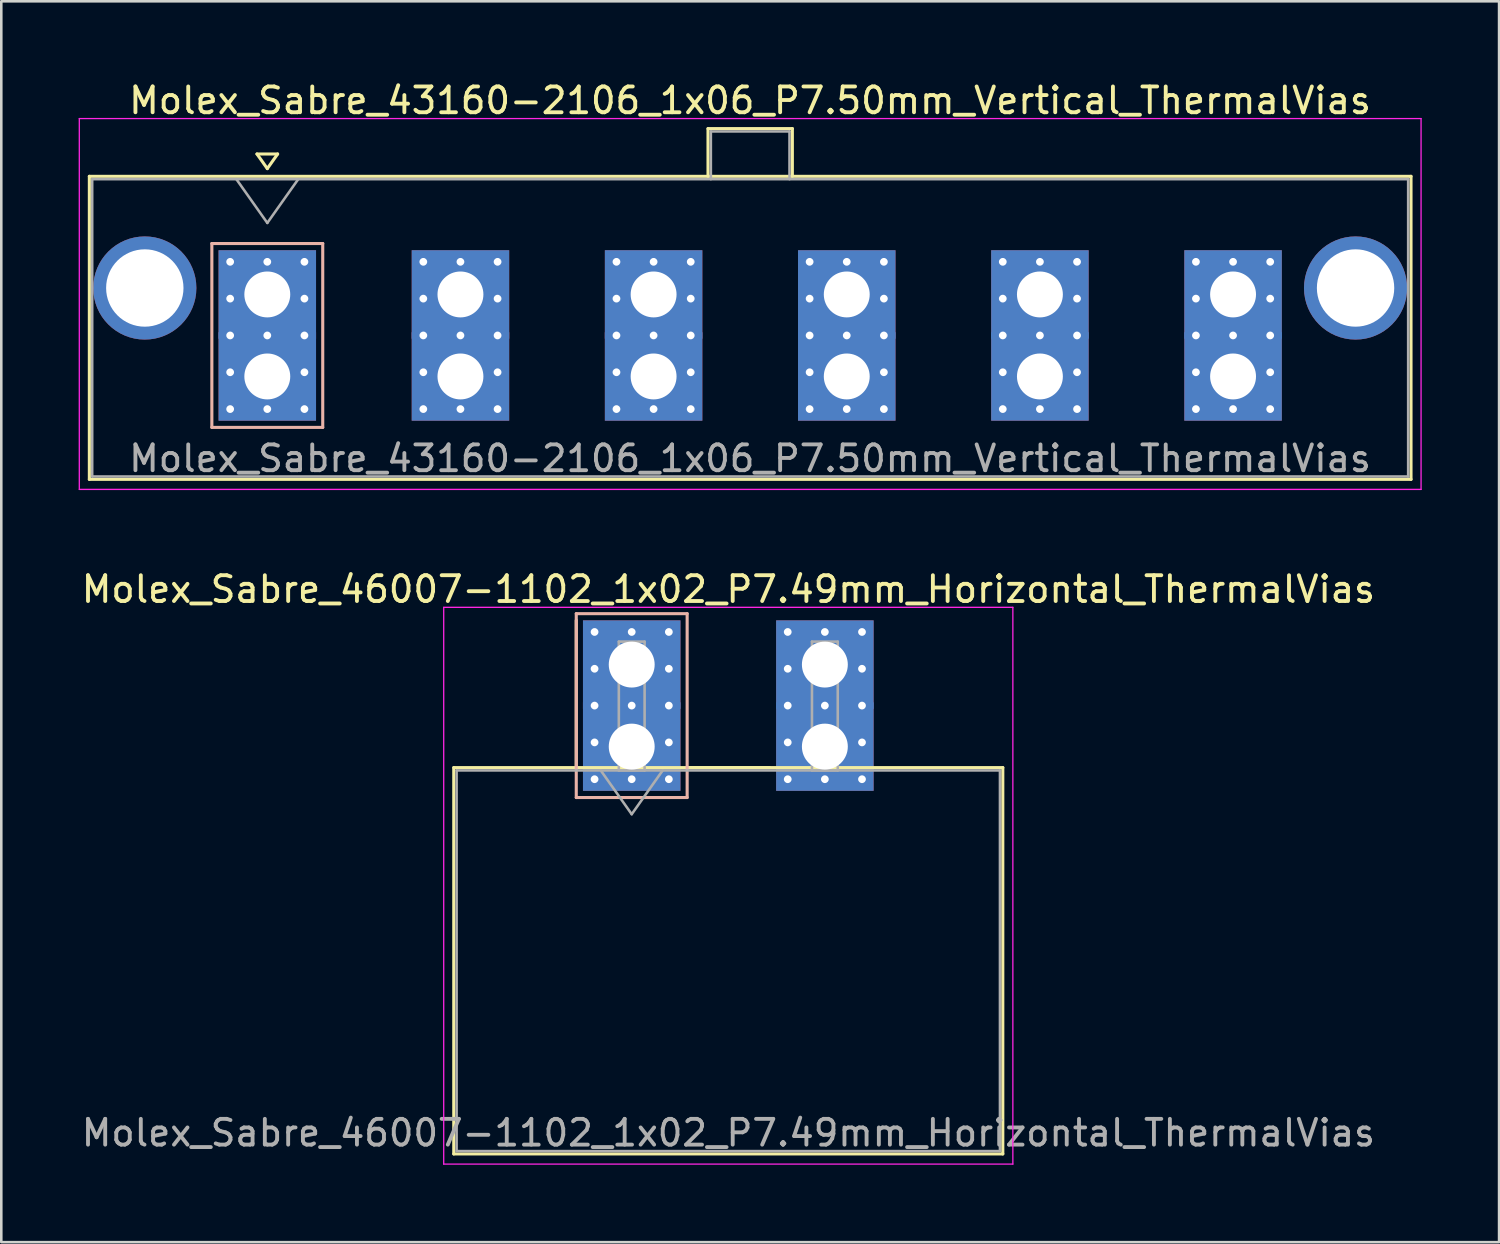
<source format=kicad_pcb>
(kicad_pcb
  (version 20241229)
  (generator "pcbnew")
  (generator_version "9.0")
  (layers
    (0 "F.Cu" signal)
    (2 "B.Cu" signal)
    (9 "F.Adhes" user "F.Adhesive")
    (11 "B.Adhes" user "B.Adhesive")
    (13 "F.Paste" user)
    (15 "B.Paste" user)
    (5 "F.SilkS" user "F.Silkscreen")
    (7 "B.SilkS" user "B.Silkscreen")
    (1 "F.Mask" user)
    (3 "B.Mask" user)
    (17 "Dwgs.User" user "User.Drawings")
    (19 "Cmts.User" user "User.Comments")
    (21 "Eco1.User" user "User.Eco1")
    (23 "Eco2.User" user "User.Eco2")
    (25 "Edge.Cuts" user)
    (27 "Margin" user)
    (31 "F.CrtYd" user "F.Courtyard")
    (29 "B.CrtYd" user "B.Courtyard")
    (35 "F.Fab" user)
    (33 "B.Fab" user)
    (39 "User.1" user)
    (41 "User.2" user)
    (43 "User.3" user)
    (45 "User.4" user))
  (footprint "Molex_Sabre_43160-2106_1x06_P7.50mm_Vertical_ThermalVias"
    (layer "F.Cu")
    (at 7.315 11.548)
    (property "Reference" "Molex_Sabre_43160-2106_1x06_P7.50mm_Vertical_ThermalVias" (at 18.72 -10.7 0) (layer "F.SilkS") (effects (font (size 1 1) (thickness 0.15))))
    (attr through_hole)
    (fp_line (start -6.9 -7.76) (end -6.9 3.99) (stroke (width 0.12) (type solid)) (layer "F.SilkS"))
    (fp_line (start -6.9 3.99) (end 44.35 3.99) (stroke (width 0.12) (type solid)) (layer "F.SilkS"))
    (fp_line (start -0.4 -8.626) (end 0 -8.06) (stroke (width 0.12) (type solid)) (layer "F.SilkS"))
    (fp_line (start 0 -8.06) (end 0.4 -8.626) (stroke (width 0.12) (type solid)) (layer "F.SilkS"))
    (fp_line (start 0.4 -8.626) (end -0.4 -8.626) (stroke (width 0.12) (type solid)) (layer "F.SilkS"))
    (fp_line (start 17.09 -9.61) (end 20.36 -9.61) (stroke (width 0.12) (type solid)) (layer "F.SilkS"))
    (fp_line (start 17.09 -7.76) (end 17.09 -9.61) (stroke (width 0.12) (type solid)) (layer "F.SilkS"))
    (fp_line (start 20.36 -9.61) (end 20.36 -7.76) (stroke (width 0.12) (type solid)) (layer "F.SilkS"))
    (fp_line (start 44.35 -7.76) (end -6.9 -7.76) (stroke (width 0.12) (type solid)) (layer "F.SilkS"))
    (fp_line (start 44.35 3.99) (end 44.35 -7.76) (stroke (width 0.12) (type solid)) (layer "F.SilkS"))
    (fp_line (start -2.15 -5.155) (end -2.15 1.975) (stroke (width 0.12) (type solid)) (layer "B.SilkS"))
    (fp_line (start -2.15 1.975) (end 2.15 1.975) (stroke (width 0.12) (type solid)) (layer "B.SilkS"))
    (fp_line (start 2.15 -5.155) (end -2.15 -5.155) (stroke (width 0.12) (type solid)) (layer "B.SilkS"))
    (fp_line (start 2.15 1.975) (end 2.15 -5.155) (stroke (width 0.12) (type solid)) (layer "B.SilkS"))
    (fp_line (start -7.29 -10) (end -7.29 4.38) (stroke (width 0.05) (type solid)) (layer "F.CrtYd"))
    (fp_line (start -7.29 4.38) (end 44.74 4.38) (stroke (width 0.05) (type solid)) (layer "F.CrtYd"))
    (fp_line (start 44.74 -10) (end -7.29 -10) (stroke (width 0.05) (type solid)) (layer "F.CrtYd"))
    (fp_line (start 44.74 4.38) (end 44.74 -10) (stroke (width 0.05) (type solid)) (layer "F.CrtYd"))
    (fp_line (start -6.79 -7.65) (end -6.79 3.88) (stroke (width 0.1) (type solid)) (layer "F.Fab"))
    (fp_line (start -6.79 3.88) (end 44.24 3.88) (stroke (width 0.1) (type solid)) (layer "F.Fab"))
    (fp_line (start -1.2 -7.65) (end 0 -5.953) (stroke (width 0.1) (type solid)) (layer "F.Fab"))
    (fp_line (start 0 -5.953) (end 1.2 -7.65) (stroke (width 0.1) (type solid)) (layer "F.Fab"))
    (fp_line (start 17.2 -9.5) (end 20.25 -9.5) (stroke (width 0.1) (type solid)) (layer "F.Fab"))
    (fp_line (start 17.2 -7.65) (end 17.2 -9.5) (stroke (width 0.1) (type solid)) (layer "F.Fab"))
    (fp_line (start 20.25 -9.5) (end 20.25 -7.65) (stroke (width 0.1) (type solid)) (layer "F.Fab"))
    (fp_line (start 44.24 -7.65) (end -6.79 -7.65) (stroke (width 0.1) (type solid)) (layer "F.Fab"))
    (fp_line (start 44.24 3.88) (end 44.24 -7.65) (stroke (width 0.1) (type solid)) (layer "F.Fab"))
    (fp_text user "${REFERENCE}" (at 18.72 3.18 0) (layer "F.Fab") (effects (font (size 1 1) (thickness 0.15))))
    (pad "" thru_hole circle (at -4.75 -3.43) (size 4 4) (drill 3) (layers "*.Cu" "*.Mask"))
    (pad "" thru_hole circle (at 42.2 -3.43) (size 4 4) (drill 3) (layers "*.Cu" "*.Mask"))
    (pad "1" thru_hole rect (at -1.44 -4.445) (size 0.6 0.6) (drill 0.3) (layers "*.Cu" "*.Mask"))
    (pad "1" thru_hole rect (at -1.44 -3.018) (size 0.6 0.6) (drill 0.3) (layers "*.Cu" "*.Mask"))
    (pad "1" thru_hole rect (at -1.44 -1.59) (size 0.6 0.6) (drill 0.3) (layers "*.Cu" "*.Mask"))
    (pad "1" thru_hole rect (at -1.44 -0.163) (size 0.6 0.6) (drill 0.3) (layers "*.Cu" "*.Mask"))
    (pad "1" thru_hole rect (at -1.44 1.265) (size 0.6 0.6) (drill 0.3) (layers "*.Cu" "*.Mask"))
    (pad "1" thru_hole rect (at 0 -4.445) (size 0.6 0.6) (drill 0.3) (layers "*.Cu" "*.Mask"))
    (pad "1" thru_hole rect (at 0 -3.18) (size 3.78 3.43) (drill 1.78) (layers "*.Cu" "*.Mask"))
    (pad "1" thru_hole rect (at 0 -1.59) (size 0.6 0.6) (drill 0.3) (layers "*.Cu" "*.Mask"))
    (pad "1" thru_hole rect (at 0 0) (size 3.78 3.43) (drill 1.78) (layers "*.Cu" "*.Mask"))
    (pad "1" thru_hole rect (at 0 1.265) (size 0.6 0.6) (drill 0.3) (layers "*.Cu" "*.Mask"))
    (pad "1" thru_hole rect (at 1.44 -4.445) (size 0.6 0.6) (drill 0.3) (layers "*.Cu" "*.Mask"))
    (pad "1" thru_hole rect (at 1.44 -3.018) (size 0.6 0.6) (drill 0.3) (layers "*.Cu" "*.Mask"))
    (pad "1" thru_hole rect (at 1.44 -1.59) (size 0.6 0.6) (drill 0.3) (layers "*.Cu" "*.Mask"))
    (pad "1" thru_hole rect (at 1.44 -0.163) (size 0.6 0.6) (drill 0.3) (layers "*.Cu" "*.Mask"))
    (pad "1" thru_hole rect (at 1.44 1.265) (size 0.6 0.6) (drill 0.3) (layers "*.Cu" "*.Mask"))
    (pad "2" thru_hole circle (at 6.05 -4.445) (size 0.6 0.6) (drill 0.3) (layers "*.Cu" "*.Mask"))
    (pad "2" thru_hole circle (at 6.05 -3.018) (size 0.6 0.6) (drill 0.3) (layers "*.Cu" "*.Mask"))
    (pad "2" thru_hole circle (at 6.05 -1.59) (size 0.6 0.6) (drill 0.3) (layers "*.Cu" "*.Mask"))
    (pad "2" thru_hole circle (at 6.05 -0.163) (size 0.6 0.6) (drill 0.3) (layers "*.Cu" "*.Mask"))
    (pad "2" thru_hole circle (at 6.05 1.265) (size 0.6 0.6) (drill 0.3) (layers "*.Cu" "*.Mask"))
    (pad "2" thru_hole circle (at 7.49 -4.445) (size 0.6 0.6) (drill 0.3) (layers "*.Cu" "*.Mask"))
    (pad "2" thru_hole rect (at 7.49 -3.18) (size 3.78 3.43) (drill 1.78) (layers "*.Cu" "*.Mask"))
    (pad "2" thru_hole circle (at 7.49 -1.59) (size 0.6 0.6) (drill 0.3) (layers "*.Cu" "*.Mask"))
    (pad "2" thru_hole rect (at 7.49 0) (size 3.78 3.43) (drill 1.78) (layers "*.Cu" "*.Mask"))
    (pad "2" thru_hole circle (at 7.49 1.265) (size 0.6 0.6) (drill 0.3) (layers "*.Cu" "*.Mask"))
    (pad "2" thru_hole circle (at 8.93 -4.445) (size 0.6 0.6) (drill 0.3) (layers "*.Cu" "*.Mask"))
    (pad "2" thru_hole circle (at 8.93 -3.018) (size 0.6 0.6) (drill 0.3) (layers "*.Cu" "*.Mask"))
    (pad "2" thru_hole circle (at 8.93 -1.59) (size 0.6 0.6) (drill 0.3) (layers "*.Cu" "*.Mask"))
    (pad "2" thru_hole circle (at 8.93 -0.163) (size 0.6 0.6) (drill 0.3) (layers "*.Cu" "*.Mask"))
    (pad "2" thru_hole circle (at 8.93 1.265) (size 0.6 0.6) (drill 0.3) (layers "*.Cu" "*.Mask"))
    (pad "3" thru_hole circle (at 13.54 -4.445) (size 0.6 0.6) (drill 0.3) (layers "*.Cu" "*.Mask"))
    (pad "3" thru_hole circle (at 13.54 -3.018) (size 0.6 0.6) (drill 0.3) (layers "*.Cu" "*.Mask"))
    (pad "3" thru_hole circle (at 13.54 -1.59) (size 0.6 0.6) (drill 0.3) (layers "*.Cu" "*.Mask"))
    (pad "3" thru_hole circle (at 13.54 -0.163) (size 0.6 0.6) (drill 0.3) (layers "*.Cu" "*.Mask"))
    (pad "3" thru_hole circle (at 13.54 1.265) (size 0.6 0.6) (drill 0.3) (layers "*.Cu" "*.Mask"))
    (pad "3" thru_hole circle (at 14.98 -4.445) (size 0.6 0.6) (drill 0.3) (layers "*.Cu" "*.Mask"))
    (pad "3" thru_hole rect (at 14.98 -3.18) (size 3.78 3.43) (drill 1.78) (layers "*.Cu" "*.Mask"))
    (pad "3" thru_hole circle (at 14.98 -1.59) (size 0.6 0.6) (drill 0.3) (layers "*.Cu" "*.Mask"))
    (pad "3" thru_hole rect (at 14.98 0) (size 3.78 3.43) (drill 1.78) (layers "*.Cu" "*.Mask"))
    (pad "3" thru_hole circle (at 14.98 1.265) (size 0.6 0.6) (drill 0.3) (layers "*.Cu" "*.Mask"))
    (pad "3" thru_hole circle (at 16.42 -4.445) (size 0.6 0.6) (drill 0.3) (layers "*.Cu" "*.Mask"))
    (pad "3" thru_hole circle (at 16.42 -3.018) (size 0.6 0.6) (drill 0.3) (layers "*.Cu" "*.Mask"))
    (pad "3" thru_hole circle (at 16.42 -1.59) (size 0.6 0.6) (drill 0.3) (layers "*.Cu" "*.Mask"))
    (pad "3" thru_hole circle (at 16.42 -0.163) (size 0.6 0.6) (drill 0.3) (layers "*.Cu" "*.Mask"))
    (pad "3" thru_hole circle (at 16.42 1.265) (size 0.6 0.6) (drill 0.3) (layers "*.Cu" "*.Mask"))
    (pad "4" thru_hole circle (at 21.03 -4.445) (size 0.6 0.6) (drill 0.3) (layers "*.Cu" "*.Mask"))
    (pad "4" thru_hole circle (at 21.03 -3.018) (size 0.6 0.6) (drill 0.3) (layers "*.Cu" "*.Mask"))
    (pad "4" thru_hole circle (at 21.03 -1.59) (size 0.6 0.6) (drill 0.3) (layers "*.Cu" "*.Mask"))
    (pad "4" thru_hole circle (at 21.03 -0.163) (size 0.6 0.6) (drill 0.3) (layers "*.Cu" "*.Mask"))
    (pad "4" thru_hole circle (at 21.03 1.265) (size 0.6 0.6) (drill 0.3) (layers "*.Cu" "*.Mask"))
    (pad "4" thru_hole circle (at 22.47 -4.445) (size 0.6 0.6) (drill 0.3) (layers "*.Cu" "*.Mask"))
    (pad "4" thru_hole rect (at 22.47 -3.18) (size 3.78 3.43) (drill 1.78) (layers "*.Cu" "*.Mask"))
    (pad "4" thru_hole circle (at 22.47 -1.59) (size 0.6 0.6) (drill 0.3) (layers "*.Cu" "*.Mask"))
    (pad "4" thru_hole rect (at 22.47 0) (size 3.78 3.43) (drill 1.78) (layers "*.Cu" "*.Mask"))
    (pad "4" thru_hole circle (at 22.47 1.265) (size 0.6 0.6) (drill 0.3) (layers "*.Cu" "*.Mask"))
    (pad "4" thru_hole circle (at 23.91 -4.445) (size 0.6 0.6) (drill 0.3) (layers "*.Cu" "*.Mask"))
    (pad "4" thru_hole circle (at 23.91 -3.018) (size 0.6 0.6) (drill 0.3) (layers "*.Cu" "*.Mask"))
    (pad "4" thru_hole circle (at 23.91 -1.59) (size 0.6 0.6) (drill 0.3) (layers "*.Cu" "*.Mask"))
    (pad "4" thru_hole circle (at 23.91 -0.163) (size 0.6 0.6) (drill 0.3) (layers "*.Cu" "*.Mask"))
    (pad "4" thru_hole circle (at 23.91 1.265) (size 0.6 0.6) (drill 0.3) (layers "*.Cu" "*.Mask"))
    (pad "5" thru_hole circle (at 28.52 -4.445) (size 0.6 0.6) (drill 0.3) (layers "*.Cu" "*.Mask"))
    (pad "5" thru_hole circle (at 28.52 -3.018) (size 0.6 0.6) (drill 0.3) (layers "*.Cu" "*.Mask"))
    (pad "5" thru_hole circle (at 28.52 -1.59) (size 0.6 0.6) (drill 0.3) (layers "*.Cu" "*.Mask"))
    (pad "5" thru_hole circle (at 28.52 -0.163) (size 0.6 0.6) (drill 0.3) (layers "*.Cu" "*.Mask"))
    (pad "5" thru_hole circle (at 28.52 1.265) (size 0.6 0.6) (drill 0.3) (layers "*.Cu" "*.Mask"))
    (pad "5" thru_hole circle (at 29.96 -4.445) (size 0.6 0.6) (drill 0.3) (layers "*.Cu" "*.Mask"))
    (pad "5" thru_hole rect (at 29.96 -3.18) (size 3.78 3.43) (drill 1.78) (layers "*.Cu" "*.Mask"))
    (pad "5" thru_hole circle (at 29.96 -1.59) (size 0.6 0.6) (drill 0.3) (layers "*.Cu" "*.Mask"))
    (pad "5" thru_hole rect (at 29.96 0) (size 3.78 3.43) (drill 1.78) (layers "*.Cu" "*.Mask"))
    (pad "5" thru_hole circle (at 29.96 1.265) (size 0.6 0.6) (drill 0.3) (layers "*.Cu" "*.Mask"))
    (pad "5" thru_hole circle (at 31.4 -4.445) (size 0.6 0.6) (drill 0.3) (layers "*.Cu" "*.Mask"))
    (pad "5" thru_hole circle (at 31.4 -3.018) (size 0.6 0.6) (drill 0.3) (layers "*.Cu" "*.Mask"))
    (pad "5" thru_hole circle (at 31.4 -1.59) (size 0.6 0.6) (drill 0.3) (layers "*.Cu" "*.Mask"))
    (pad "5" thru_hole circle (at 31.4 -0.163) (size 0.6 0.6) (drill 0.3) (layers "*.Cu" "*.Mask"))
    (pad "5" thru_hole circle (at 31.4 1.265) (size 0.6 0.6) (drill 0.3) (layers "*.Cu" "*.Mask"))
    (pad "6" thru_hole circle (at 36.01 -4.445) (size 0.6 0.6) (drill 0.3) (layers "*.Cu" "*.Mask"))
    (pad "6" thru_hole circle (at 36.01 -3.018) (size 0.6 0.6) (drill 0.3) (layers "*.Cu" "*.Mask"))
    (pad "6" thru_hole circle (at 36.01 -1.59) (size 0.6 0.6) (drill 0.3) (layers "*.Cu" "*.Mask"))
    (pad "6" thru_hole circle (at 36.01 -0.163) (size 0.6 0.6) (drill 0.3) (layers "*.Cu" "*.Mask"))
    (pad "6" thru_hole circle (at 36.01 1.265) (size 0.6 0.6) (drill 0.3) (layers "*.Cu" "*.Mask"))
    (pad "6" thru_hole circle (at 37.45 -4.445) (size 0.6 0.6) (drill 0.3) (layers "*.Cu" "*.Mask"))
    (pad "6" thru_hole rect (at 37.45 -3.18) (size 3.78 3.43) (drill 1.78) (layers "*.Cu" "*.Mask"))
    (pad "6" thru_hole circle (at 37.45 -1.59) (size 0.6 0.6) (drill 0.3) (layers "*.Cu" "*.Mask"))
    (pad "6" thru_hole rect (at 37.45 0) (size 3.78 3.43) (drill 1.78) (layers "*.Cu" "*.Mask"))
    (pad "6" thru_hole circle (at 37.45 1.265) (size 0.6 0.6) (drill 0.3) (layers "*.Cu" "*.Mask"))
    (pad "6" thru_hole circle (at 38.89 -4.445) (size 0.6 0.6) (drill 0.3) (layers "*.Cu" "*.Mask"))
    (pad "6" thru_hole circle (at 38.89 -3.018) (size 0.6 0.6) (drill 0.3) (layers "*.Cu" "*.Mask"))
    (pad "6" thru_hole circle (at 38.89 -1.59) (size 0.6 0.6) (drill 0.3) (layers "*.Cu" "*.Mask"))
    (pad "6" thru_hole circle (at 38.89 -0.163) (size 0.6 0.6) (drill 0.3) (layers "*.Cu" "*.Mask"))
    (pad "6" thru_hole circle (at 38.89 1.265) (size 0.6 0.6) (drill 0.3) (layers "*.Cu" "*.Mask")))
  (footprint "Molex_Sabre_46007-1102_1x02_P7.49mm_Horizontal_ThermalVias"
    (layer "F.Cu")
    (at 21.446 25.901)
    (property "Reference" "Molex_Sabre_46007-1102_1x02_P7.49mm_Horizontal_ThermalVias" (at 3.75 -6.1 0) (layer "F.SilkS") (effects (font (size 1 1) (thickness 0.15))))
    (attr through_hole)
    (fp_line (start -6.9 0.815) (end -6.9 15.795) (stroke (width 0.12) (type solid)) (layer "F.SilkS"))
    (fp_line (start -6.9 15.795) (end 14.39 15.795) (stroke (width 0.12) (type solid)) (layer "F.SilkS"))
    (fp_line (start -2.15 0.815) (end -2.15 -4.895) (stroke (width 0.12) (type solid)) (layer "F.SilkS"))
    (fp_line (start 2.15 0.815) (end 5.34 0.815) (stroke (width 0.12) (type solid)) (layer "F.SilkS"))
    (fp_line (start 14.39 0.815) (end -6.9 0.815) (stroke (width 0.12) (type solid)) (layer "F.SilkS"))
    (fp_line (start 14.39 15.795) (end 14.39 0.815) (stroke (width 0.12) (type solid)) (layer "F.SilkS"))
    (fp_line (start -2.15 -5.155) (end -2.15 1.975) (stroke (width 0.12) (type solid)) (layer "B.SilkS"))
    (fp_line (start -2.15 1.975) (end 2.15 1.975) (stroke (width 0.12) (type solid)) (layer "B.SilkS"))
    (fp_line (start 2.15 -5.155) (end -2.15 -5.155) (stroke (width 0.12) (type solid)) (layer "B.SilkS"))
    (fp_line (start 2.15 1.975) (end 2.15 -5.155) (stroke (width 0.12) (type solid)) (layer "B.SilkS"))
    (fp_line (start -7.29 -5.4) (end -7.29 16.19) (stroke (width 0.05) (type solid)) (layer "F.CrtYd"))
    (fp_line (start -7.29 16.19) (end 14.78 16.19) (stroke (width 0.05) (type solid)) (layer "F.CrtYd"))
    (fp_line (start 14.78 -5.4) (end -7.29 -5.4) (stroke (width 0.05) (type solid)) (layer "F.CrtYd"))
    (fp_line (start 14.78 16.19) (end 14.78 -5.4) (stroke (width 0.05) (type solid)) (layer "F.CrtYd"))
    (fp_line (start -6.79 0.925) (end -6.79 15.685) (stroke (width 0.1) (type solid)) (layer "F.Fab"))
    (fp_line (start -6.79 15.685) (end 14.28 15.685) (stroke (width 0.1) (type solid)) (layer "F.Fab"))
    (fp_line (start -1.2 0.925) (end 0 2.622) (stroke (width 0.1) (type solid)) (layer "F.Fab"))
    (fp_line (start -0.5 -4.07) (end 0.5 -4.07) (stroke (width 0.1) (type solid)) (layer "F.Fab"))
    (fp_line (start -0.5 0.925) (end -0.5 -4.07) (stroke (width 0.1) (type solid)) (layer "F.Fab"))
    (fp_line (start 0 2.622) (end 1.2 0.925) (stroke (width 0.1) (type solid)) (layer "F.Fab"))
    (fp_line (start 0.5 -4.07) (end 0.5 0.925) (stroke (width 0.1) (type solid)) (layer "F.Fab"))
    (fp_line (start 0.5 0.925) (end -0.5 0.925) (stroke (width 0.1) (type solid)) (layer "F.Fab"))
    (fp_line (start 6.99 -4.07) (end 7.99 -4.07) (stroke (width 0.1) (type solid)) (layer "F.Fab"))
    (fp_line (start 6.99 0.925) (end 6.99 -4.07) (stroke (width 0.1) (type solid)) (layer "F.Fab"))
    (fp_line (start 7.99 -4.07) (end 7.99 0.925) (stroke (width 0.1) (type solid)) (layer "F.Fab"))
    (fp_line (start 7.99 0.925) (end 6.99 0.925) (stroke (width 0.1) (type solid)) (layer "F.Fab"))
    (fp_line (start 14.28 0.925) (end -6.79 0.925) (stroke (width 0.1) (type solid)) (layer "F.Fab"))
    (fp_line (start 14.28 15.685) (end 14.28 0.925) (stroke (width 0.1) (type solid)) (layer "F.Fab"))
    (fp_text user "${REFERENCE}" (at 3.75 14.98 0) (layer "F.Fab") (effects (font (size 1 1) (thickness 0.15))))
    (pad "1" thru_hole rect (at -1.44 -4.445) (size 0.6 0.6) (drill 0.3) (layers "*.Cu" "*.Mask"))
    (pad "1" thru_hole rect (at -1.44 -3.018) (size 0.6 0.6) (drill 0.3) (layers "*.Cu" "*.Mask"))
    (pad "1" thru_hole rect (at -1.44 -1.59) (size 0.6 0.6) (drill 0.3) (layers "*.Cu" "*.Mask"))
    (pad "1" thru_hole rect (at -1.44 -0.163) (size 0.6 0.6) (drill 0.3) (layers "*.Cu" "*.Mask"))
    (pad "1" thru_hole rect (at -1.44 1.265) (size 0.6 0.6) (drill 0.3) (layers "*.Cu" "*.Mask"))
    (pad "1" thru_hole rect (at 0 -4.445) (size 0.6 0.6) (drill 0.3) (layers "*.Cu" "*.Mask"))
    (pad "1" thru_hole rect (at 0 -3.18) (size 3.78 3.43) (drill 1.78) (layers "*.Cu" "*.Mask"))
    (pad "1" thru_hole rect (at 0 -1.59) (size 0.6 0.6) (drill 0.3) (layers "*.Cu" "*.Mask"))
    (pad "1" thru_hole rect (at 0 0) (size 3.78 3.43) (drill 1.78) (layers "*.Cu" "*.Mask"))
    (pad "1" thru_hole rect (at 0 1.265) (size 0.6 0.6) (drill 0.3) (layers "*.Cu" "*.Mask"))
    (pad "1" thru_hole rect (at 1.44 -4.445) (size 0.6 0.6) (drill 0.3) (layers "*.Cu" "*.Mask"))
    (pad "1" thru_hole rect (at 1.44 -3.018) (size 0.6 0.6) (drill 0.3) (layers "*.Cu" "*.Mask"))
    (pad "1" thru_hole rect (at 1.44 -1.59) (size 0.6 0.6) (drill 0.3) (layers "*.Cu" "*.Mask"))
    (pad "1" thru_hole rect (at 1.44 -0.163) (size 0.6 0.6) (drill 0.3) (layers "*.Cu" "*.Mask"))
    (pad "1" thru_hole rect (at 1.44 1.265) (size 0.6 0.6) (drill 0.3) (layers "*.Cu" "*.Mask"))
    (pad "2" thru_hole circle (at 6.05 -4.445) (size 0.6 0.6) (drill 0.3) (layers "*.Cu" "*.Mask"))
    (pad "2" thru_hole circle (at 6.05 -3.018) (size 0.6 0.6) (drill 0.3) (layers "*.Cu" "*.Mask"))
    (pad "2" thru_hole circle (at 6.05 -1.59) (size 0.6 0.6) (drill 0.3) (layers "*.Cu" "*.Mask"))
    (pad "2" thru_hole circle (at 6.05 -0.163) (size 0.6 0.6) (drill 0.3) (layers "*.Cu" "*.Mask"))
    (pad "2" thru_hole circle (at 6.05 1.265) (size 0.6 0.6) (drill 0.3) (layers "*.Cu" "*.Mask"))
    (pad "2" thru_hole circle (at 7.49 -4.445) (size 0.6 0.6) (drill 0.3) (layers "*.Cu" "*.Mask"))
    (pad "2" thru_hole rect (at 7.49 -3.18) (size 3.78 3.43) (drill 1.78) (layers "*.Cu" "*.Mask"))
    (pad "2" thru_hole circle (at 7.49 -1.59) (size 0.6 0.6) (drill 0.3) (layers "*.Cu" "*.Mask"))
    (pad "2" thru_hole rect (at 7.49 0) (size 3.78 3.43) (drill 1.78) (layers "*.Cu" "*.Mask"))
    (pad "2" thru_hole circle (at 7.49 1.265) (size 0.6 0.6) (drill 0.3) (layers "*.Cu" "*.Mask"))
    (pad "2" thru_hole circle (at 8.93 -4.445) (size 0.6 0.6) (drill 0.3) (layers "*.Cu" "*.Mask"))
    (pad "2" thru_hole circle (at 8.93 -3.018) (size 0.6 0.6) (drill 0.3) (layers "*.Cu" "*.Mask"))
    (pad "2" thru_hole circle (at 8.93 -1.59) (size 0.6 0.6) (drill 0.3) (layers "*.Cu" "*.Mask"))
    (pad "2" thru_hole circle (at 8.93 -0.163) (size 0.6 0.6) (drill 0.3) (layers "*.Cu" "*.Mask"))
    (pad "2" thru_hole circle (at 8.93 1.265) (size 0.6 0.6) (drill 0.3) (layers "*.Cu" "*.Mask")))
  (gr_rect
    (start -3 -3)
    (end 55.08 45.117)
    (stroke (width 0.1) (type default))
    (fill no)
    (layer "Edge.Cuts")))
</source>
